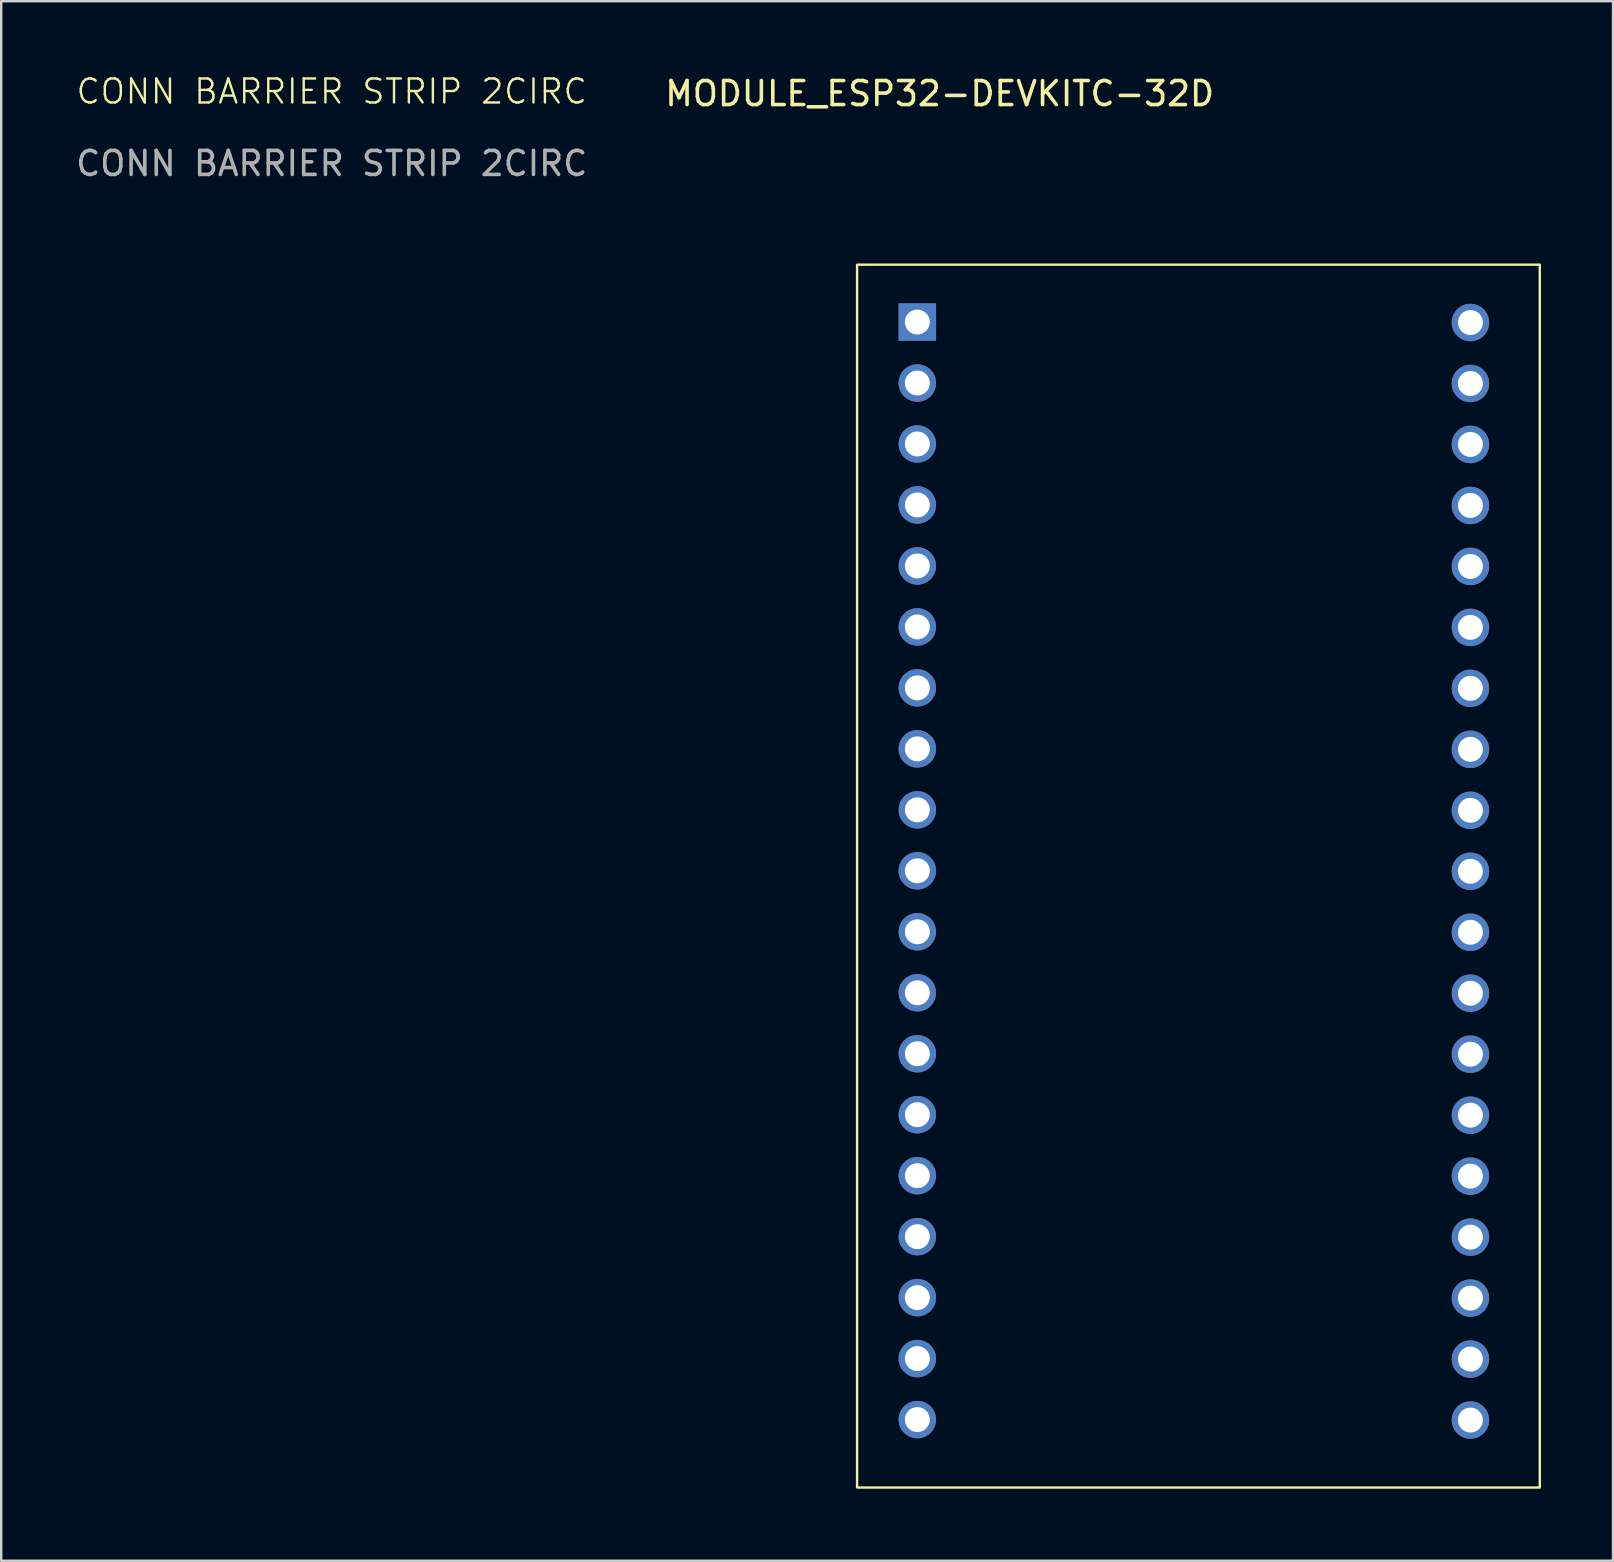
<source format=kicad_pcb>
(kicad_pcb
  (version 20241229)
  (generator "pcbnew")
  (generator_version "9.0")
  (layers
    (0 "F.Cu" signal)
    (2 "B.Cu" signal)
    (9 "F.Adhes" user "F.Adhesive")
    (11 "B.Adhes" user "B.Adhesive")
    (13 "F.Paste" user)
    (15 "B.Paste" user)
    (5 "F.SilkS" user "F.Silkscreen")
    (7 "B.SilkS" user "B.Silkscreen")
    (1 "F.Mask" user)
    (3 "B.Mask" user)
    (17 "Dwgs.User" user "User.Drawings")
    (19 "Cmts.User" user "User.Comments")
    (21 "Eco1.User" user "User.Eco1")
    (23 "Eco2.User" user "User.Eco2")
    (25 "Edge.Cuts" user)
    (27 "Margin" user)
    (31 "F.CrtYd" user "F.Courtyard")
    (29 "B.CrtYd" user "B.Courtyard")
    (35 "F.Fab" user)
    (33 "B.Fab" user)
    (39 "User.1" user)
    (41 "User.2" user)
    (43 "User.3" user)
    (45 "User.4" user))
  (footprint "MODULE_ESP32-DEVKITC-32D"
    (layer "F.Cu")
    (at 46.923 29.295)
    (property "Reference" "MODULE_ESP32-DEVKITC-32D" (at -10.829 -28.446 0) (layer "F.SilkS") (effects (font (size 1 1) (thickness 0.15))))
    (attr through_hole)
    (fp_rect (start -14.27 -21.32) (end 14.17 29.62) (stroke (width 0.1) (type default)) (fill no) (layer "F.SilkS"))
    (pad "J2-1" thru_hole rect (at -11.76 -18.93) (size 1.56 1.56) (drill 1.04) (layers "*.Cu" "*.Mask"))
    (pad "J2-2" thru_hole circle (at -11.76 -16.39) (size 1.56 1.56) (drill 1.04) (layers "*.Cu" "*.Mask"))
    (pad "J2-3" thru_hole circle (at -11.76 -13.85) (size 1.56 1.56) (drill 1.04) (layers "*.Cu" "*.Mask"))
    (pad "J2-4" thru_hole circle (at -11.76 -11.31) (size 1.56 1.56) (drill 1.04) (layers "*.Cu" "*.Mask"))
    (pad "J2-5" thru_hole circle (at -11.76 -8.77) (size 1.56 1.56) (drill 1.04) (layers "*.Cu" "*.Mask"))
    (pad "J2-6" thru_hole circle (at -11.76 -6.23) (size 1.56 1.56) (drill 1.04) (layers "*.Cu" "*.Mask"))
    (pad "J2-7" thru_hole circle (at -11.76 -3.69) (size 1.56 1.56) (drill 1.04) (layers "*.Cu" "*.Mask"))
    (pad "J2-8" thru_hole circle (at -11.76 -1.15) (size 1.56 1.56) (drill 1.04) (layers "*.Cu" "*.Mask"))
    (pad "J2-9" thru_hole circle (at -11.76 1.39) (size 1.56 1.56) (drill 1.04) (layers "*.Cu" "*.Mask"))
    (pad "J2-10" thru_hole circle (at -11.76 3.93) (size 1.56 1.56) (drill 1.04) (layers "*.Cu" "*.Mask"))
    (pad "J2-11" thru_hole circle (at -11.76 6.47) (size 1.56 1.56) (drill 1.04) (layers "*.Cu" "*.Mask"))
    (pad "J2-12" thru_hole circle (at -11.76 9.01) (size 1.56 1.56) (drill 1.04) (layers "*.Cu" "*.Mask"))
    (pad "J2-13" thru_hole circle (at -11.76 11.55) (size 1.56 1.56) (drill 1.04) (layers "*.Cu" "*.Mask"))
    (pad "J2-14" thru_hole circle (at -11.76 14.09) (size 1.56 1.56) (drill 1.04) (layers "*.Cu" "*.Mask"))
    (pad "J2-15" thru_hole circle (at -11.76 16.63) (size 1.56 1.56) (drill 1.04) (layers "*.Cu" "*.Mask"))
    (pad "J2-16" thru_hole circle (at -11.76 19.17) (size 1.56 1.56) (drill 1.04) (layers "*.Cu" "*.Mask"))
    (pad "J2-17" thru_hole circle (at -11.76 21.71) (size 1.56 1.56) (drill 1.04) (layers "*.Cu" "*.Mask"))
    (pad "J2-18" thru_hole circle (at -11.76 24.25) (size 1.56 1.56) (drill 1.04) (layers "*.Cu" "*.Mask"))
    (pad "J2-19" thru_hole circle (at -11.76 26.79) (size 1.56 1.56) (drill 1.04) (layers "*.Cu" "*.Mask"))
    (pad "J3-1" thru_hole circle (at 11.28 -18.91) (size 1.56 1.56) (drill 1.04) (layers "*.Cu" "*.Mask"))
    (pad "J3-2" thru_hole circle (at 11.28 -16.37) (size 1.56 1.56) (drill 1.04) (layers "*.Cu" "*.Mask"))
    (pad "J3-3" thru_hole circle (at 11.28 -13.83) (size 1.56 1.56) (drill 1.04) (layers "*.Cu" "*.Mask"))
    (pad "J3-4" thru_hole circle (at 11.28 -11.29) (size 1.56 1.56) (drill 1.04) (layers "*.Cu" "*.Mask"))
    (pad "J3-5" thru_hole circle (at 11.28 -8.75) (size 1.56 1.56) (drill 1.04) (layers "*.Cu" "*.Mask"))
    (pad "J3-6" thru_hole circle (at 11.28 -6.21) (size 1.56 1.56) (drill 1.04) (layers "*.Cu" "*.Mask"))
    (pad "J3-7" thru_hole circle (at 11.28 -3.67) (size 1.56 1.56) (drill 1.04) (layers "*.Cu" "*.Mask"))
    (pad "J3-8" thru_hole circle (at 11.28 -1.13) (size 1.56 1.56) (drill 1.04) (layers "*.Cu" "*.Mask"))
    (pad "J3-9" thru_hole circle (at 11.28 1.41) (size 1.56 1.56) (drill 1.04) (layers "*.Cu" "*.Mask"))
    (pad "J3-10" thru_hole circle (at 11.28 3.95) (size 1.56 1.56) (drill 1.04) (layers "*.Cu" "*.Mask"))
    (pad "J3-11" thru_hole circle (at 11.28 6.49) (size 1.56 1.56) (drill 1.04) (layers "*.Cu" "*.Mask"))
    (pad "J3-12" thru_hole circle (at 11.28 9.03) (size 1.56 1.56) (drill 1.04) (layers "*.Cu" "*.Mask"))
    (pad "J3-13" thru_hole circle (at 11.28 11.57) (size 1.56 1.56) (drill 1.04) (layers "*.Cu" "*.Mask"))
    (pad "J3-14" thru_hole circle (at 11.28 14.11) (size 1.56 1.56) (drill 1.04) (layers "*.Cu" "*.Mask"))
    (pad "J3-15" thru_hole circle (at 11.28 16.65) (size 1.56 1.56) (drill 1.04) (layers "*.Cu" "*.Mask"))
    (pad "J3-16" thru_hole circle (at 11.28 19.19) (size 1.56 1.56) (drill 1.04) (layers "*.Cu" "*.Mask"))
    (pad "J3-17" thru_hole circle (at 11.28 21.73) (size 1.56 1.56) (drill 1.04) (layers "*.Cu" "*.Mask"))
    (pad "J3-18" thru_hole circle (at 11.28 24.27) (size 1.56 1.56) (drill 1.04) (layers "*.Cu" "*.Mask"))
    (pad "J3-19" thru_hole circle (at 11.28 26.81) (size 1.56 1.56) (drill 1.04) (layers "*.Cu" "*.Mask")))
  (footprint "CONN BARRIER STRIP 2CIRC"
    (layer "F.Cu")
    (at 10.768 1.26)
    (property "Reference" "CONN BARRIER STRIP 2CIRC" (at 0 -0.5 0) (unlocked yes) (layer "F.SilkS") (effects (font (size 1 1) (thickness 0.1))))
    (attr through_hole)
    (fp_text user "${REFERENCE}" (at 0 2.5 0) (unlocked yes) (layer "F.Fab") (effects (font (size 1 1) (thickness 0.15)))))
  (gr_rect
    (start -3 -3)
    (end 64.143 61.965)
    (stroke (width 0.1) (type default))
    (fill no)
    (layer "Edge.Cuts")))
</source>
